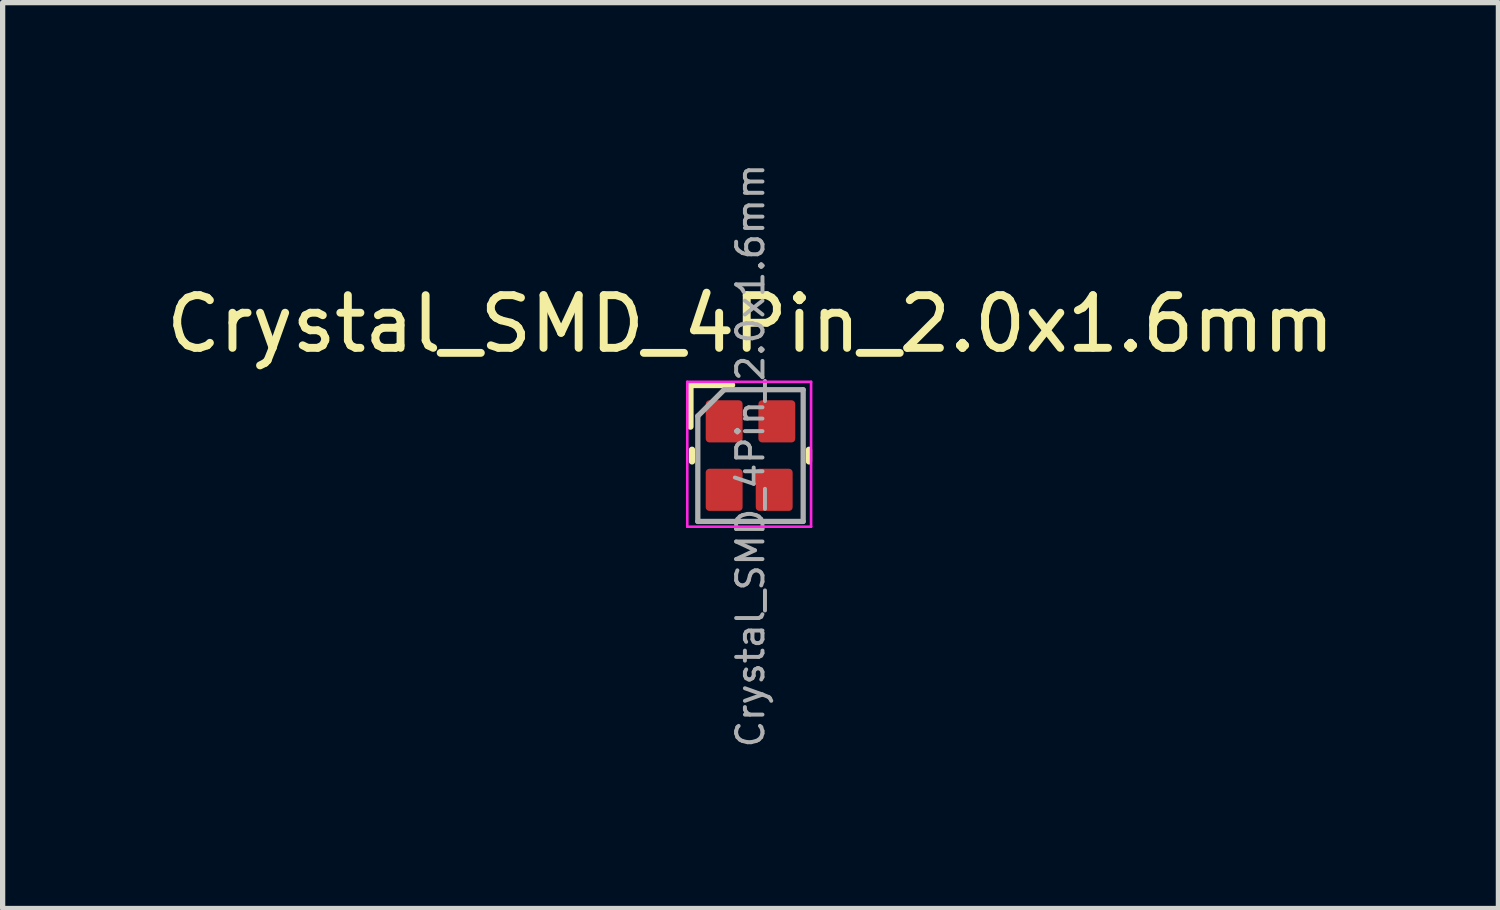
<source format=kicad_pcb>
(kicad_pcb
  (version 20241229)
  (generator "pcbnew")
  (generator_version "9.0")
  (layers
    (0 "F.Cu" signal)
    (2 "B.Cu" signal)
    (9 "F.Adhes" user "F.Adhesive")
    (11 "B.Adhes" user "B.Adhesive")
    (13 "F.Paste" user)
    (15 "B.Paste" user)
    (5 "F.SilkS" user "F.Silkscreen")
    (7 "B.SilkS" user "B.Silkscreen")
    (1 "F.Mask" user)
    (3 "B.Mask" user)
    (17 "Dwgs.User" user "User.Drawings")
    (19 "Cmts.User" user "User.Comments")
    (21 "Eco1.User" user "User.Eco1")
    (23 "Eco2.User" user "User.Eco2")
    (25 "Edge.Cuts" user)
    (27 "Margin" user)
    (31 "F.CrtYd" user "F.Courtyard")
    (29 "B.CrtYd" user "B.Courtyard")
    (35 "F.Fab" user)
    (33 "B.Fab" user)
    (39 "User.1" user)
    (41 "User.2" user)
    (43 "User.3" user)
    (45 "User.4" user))
  (footprint "Crystal_SMD_4Pin_2.0x1.6mm"
    (layer "F.Cu")
    (at 11.196 5.598)
    (property "Reference" "Crystal_SMD_4Pin_2.0x1.6mm" (at 0 -2.5 0) (layer "F.SilkS") (effects (font (size 1 1) (thickness 0.15))))
    (attr smd)
    (fp_line (start -1.14 -0.55) (end -1.14 -1.34) (stroke (width 0.12) (type solid)) (layer "F.SilkS"))
    (fp_line (start -1.11 -0.11) (end -1.11 0.11) (stroke (width 0.12) (type solid)) (layer "F.SilkS"))
    (fp_line (start -0.35 -1.34) (end -1.14 -1.34) (stroke (width 0.12) (type solid)) (layer "F.SilkS"))
    (fp_line (start 1.11 -0.11) (end 1.11 0.11) (stroke (width 0.12) (type solid)) (layer "F.SilkS"))
    (fp_line (start -1.2 -1.4) (end -1.2 1.35) (stroke (width 0.05) (type solid)) (layer "F.CrtYd"))
    (fp_line (start -1.2 1.35) (end 1.15 1.35) (stroke (width 0.05) (type solid)) (layer "F.CrtYd"))
    (fp_line (start 1.15 -1.4) (end -1.2 -1.4) (stroke (width 0.05) (type solid)) (layer "F.CrtYd"))
    (fp_line (start 1.15 -1.4) (end 1.15 1.35) (stroke (width 0.05) (type solid)) (layer "F.CrtYd"))
    (fp_line (start -1 -0.75) (end -1 1.25) (stroke (width 0.1) (type solid)) (layer "F.Fab"))
    (fp_line (start -1 1.25) (end 1 1.25) (stroke (width 0.1) (type solid)) (layer "F.Fab"))
    (fp_line (start -0.5 -1.25) (end -1 -0.75) (stroke (width 0.1) (type solid)) (layer "F.Fab"))
    (fp_line (start -0.5 -1.25) (end 1 -1.25) (stroke (width 0.1) (type solid)) (layer "F.Fab"))
    (fp_line (start 1 -1.25) (end 1 1.25) (stroke (width 0.1) (type solid)) (layer "F.Fab"))
    (fp_text user "${REFERENCE}" (at 0 0 90) (layer "F.Fab") (effects (font (size 0.5 0.5) (thickness 0.075))))
    (pad "1" smd roundrect (at -0.5 -0.65) (size 0.7 0.8) (layers "F.Cu" "F.Mask" "F.Paste") (roundrect_rratio 0.1))
    (pad "2" smd roundrect (at -0.5 0.65) (size 0.7 0.8) (layers "F.Cu" "F.Mask" "F.Paste") (roundrect_rratio 0.1))
    (pad "3" smd roundrect (at 0.45 0.65) (size 0.7 0.8) (layers "F.Cu" "F.Mask" "F.Paste") (roundrect_rratio 0.1))
    (pad "4" smd roundrect (at 0.5 -0.65) (size 0.7 0.8) (layers "F.Cu" "F.Mask" "F.Paste") (roundrect_rratio 0.1)))
  (gr_rect
    (start -3 -3)
    (end 25.393 14.196)
    (stroke (width 0.1) (type default))
    (fill no)
    (layer "Edge.Cuts")))
</source>
